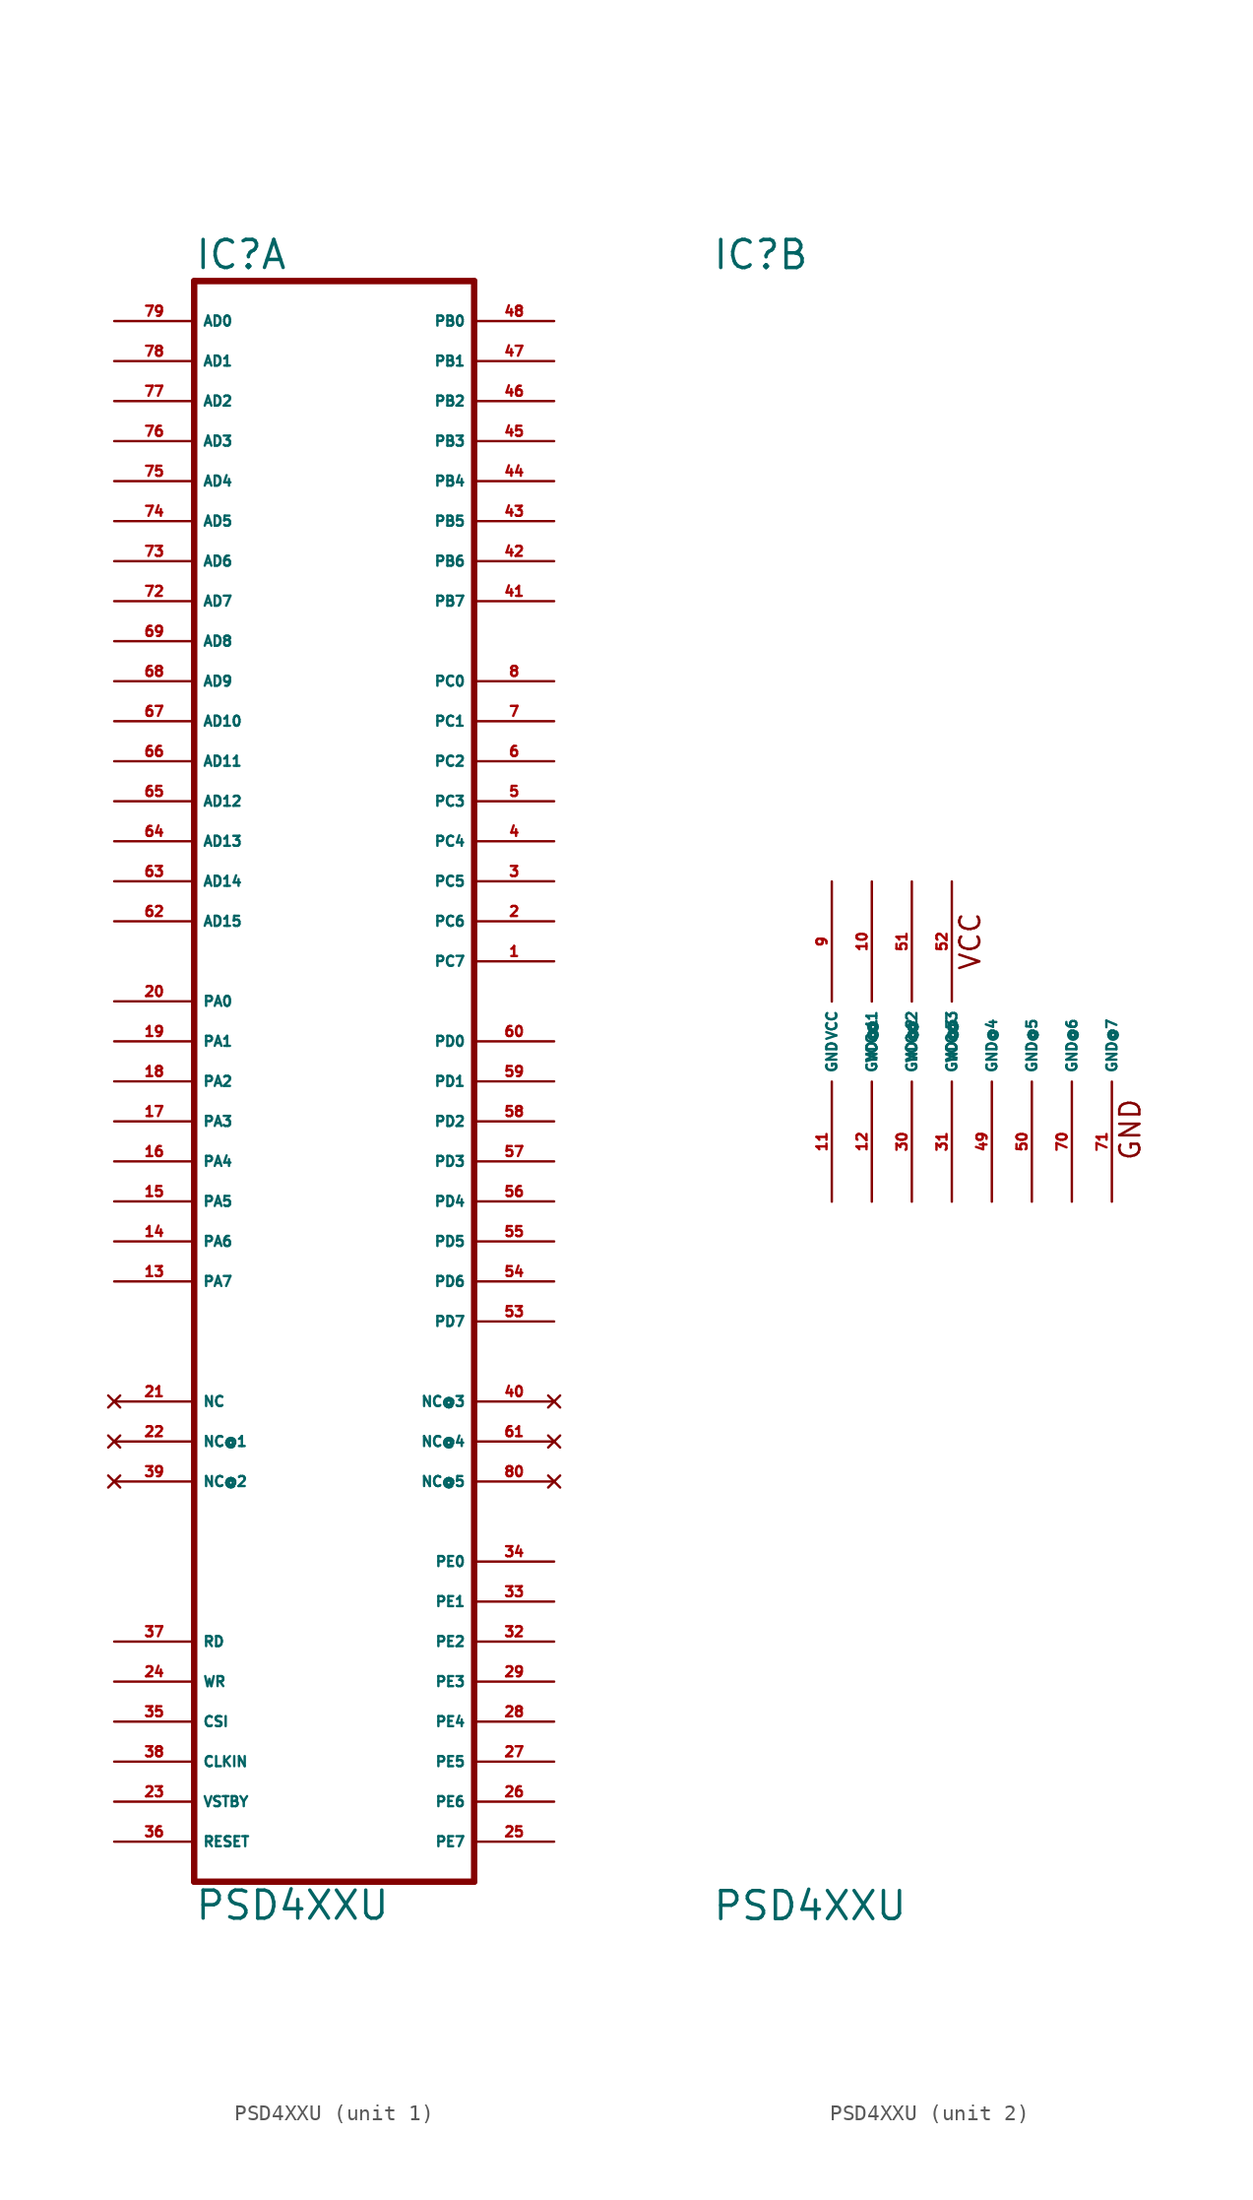
<source format=kicad_sym>
(kicad_symbol_lib
  (version 20220914)
  (generator Eagle2Kicad)
  (symbol "PSD4XXU"
    (property "Reference" "IC"
      (at -7.62 48.895 0)
      (effects (font (size 1.778 1.778) (thickness 0.22)) (justify left bottom)))
    (property "Value" "PSD4XXU"
      (at -7.62 -55.88 0)
      (effects (font (size 1.778 1.778) (thickness 0.22)) (justify left bottom)))
    (symbol "PSD4XXU_1_0"
      (polyline (pts (xy 10.16 -53.34) (xy -7.62 -53.34)) (stroke (width 0.406) (type default)) (fill (type none)))
      (polyline (pts (xy -7.62 -53.34) (xy -7.62 48.26)) (stroke (width 0.406) (type default)) (fill (type none)))
      (polyline (pts (xy -7.62 48.26) (xy 10.16 48.26)) (stroke (width 0.406) (type default)) (fill (type none)))
      (polyline (pts (xy 10.16 48.26) (xy 10.16 -53.34)) (stroke (width 0.406) (type default)) (fill (type none)))
      (pin input line (at -12.7 -50.8 0) (length 5.08) (name "RESET" (effects (font (size 0.635 0.635) (thickness 0.08)) (justify left bottom))) (number "36" (effects (font (size 0.635 0.635) (thickness 0.08)) (justify left bottom))))
      (pin input line (at -12.7 -45.72 0) (length 5.08) (name "CLKIN" (effects (font (size 0.635 0.635) (thickness 0.08)) (justify left bottom))) (number "38" (effects (font (size 0.635 0.635) (thickness 0.08)) (justify left bottom))))
      (pin input line (at -12.7 -43.18 0) (length 5.08) (name "CSI" (effects (font (size 0.635 0.635) (thickness 0.08)) (justify left bottom))) (number "35" (effects (font (size 0.635 0.635) (thickness 0.08)) (justify left bottom))))
      (pin input line (at -12.7 -40.64 0) (length 5.08) (name "WR" (effects (font (size 0.635 0.635) (thickness 0.08)) (justify left bottom))) (number "24" (effects (font (size 0.635 0.635) (thickness 0.08)) (justify left bottom))))
      (pin input line (at -12.7 -38.1 0) (length 5.08) (name "RD" (effects (font (size 0.635 0.635) (thickness 0.08)) (justify left bottom))) (number "37" (effects (font (size 0.635 0.635) (thickness 0.08)) (justify left bottom))))
      (pin input line (at -12.7 -48.26 0) (length 5.08) (name "VSTBY" (effects (font (size 0.635 0.635) (thickness 0.08)) (justify left bottom))) (number "23" (effects (font (size 0.635 0.635) (thickness 0.08)) (justify left bottom))))
      (pin bidirectional line (at -12.7 45.72 0) (length 5.08) (name "AD0" (effects (font (size 0.635 0.635) (thickness 0.08)) (justify left bottom))) (number "79" (effects (font (size 0.635 0.635) (thickness 0.08)) (justify left bottom))))
      (pin bidirectional line (at -12.7 43.18 0) (length 5.08) (name "AD1" (effects (font (size 0.635 0.635) (thickness 0.08)) (justify left bottom))) (number "78" (effects (font (size 0.635 0.635) (thickness 0.08)) (justify left bottom))))
      (pin bidirectional line (at -12.7 40.64 0) (length 5.08) (name "AD2" (effects (font (size 0.635 0.635) (thickness 0.08)) (justify left bottom))) (number "77" (effects (font (size 0.635 0.635) (thickness 0.08)) (justify left bottom))))
      (pin bidirectional line (at -12.7 38.1 0) (length 5.08) (name "AD3" (effects (font (size 0.635 0.635) (thickness 0.08)) (justify left bottom))) (number "76" (effects (font (size 0.635 0.635) (thickness 0.08)) (justify left bottom))))
      (pin bidirectional line (at -12.7 35.56 0) (length 5.08) (name "AD4" (effects (font (size 0.635 0.635) (thickness 0.08)) (justify left bottom))) (number "75" (effects (font (size 0.635 0.635) (thickness 0.08)) (justify left bottom))))
      (pin bidirectional line (at -12.7 33.02 0) (length 5.08) (name "AD5" (effects (font (size 0.635 0.635) (thickness 0.08)) (justify left bottom))) (number "74" (effects (font (size 0.635 0.635) (thickness 0.08)) (justify left bottom))))
      (pin bidirectional line (at -12.7 30.48 0) (length 5.08) (name "AD6" (effects (font (size 0.635 0.635) (thickness 0.08)) (justify left bottom))) (number "73" (effects (font (size 0.635 0.635) (thickness 0.08)) (justify left bottom))))
      (pin bidirectional line (at -12.7 27.94 0) (length 5.08) (name "AD7" (effects (font (size 0.635 0.635) (thickness 0.08)) (justify left bottom))) (number "72" (effects (font (size 0.635 0.635) (thickness 0.08)) (justify left bottom))))
      (pin bidirectional line (at -12.7 25.4 0) (length 5.08) (name "AD8" (effects (font (size 0.635 0.635) (thickness 0.08)) (justify left bottom))) (number "69" (effects (font (size 0.635 0.635) (thickness 0.08)) (justify left bottom))))
      (pin bidirectional line (at -12.7 22.86 0) (length 5.08) (name "AD9" (effects (font (size 0.635 0.635) (thickness 0.08)) (justify left bottom))) (number "68" (effects (font (size 0.635 0.635) (thickness 0.08)) (justify left bottom))))
      (pin bidirectional line (at -12.7 20.32 0) (length 5.08) (name "AD10" (effects (font (size 0.635 0.635) (thickness 0.08)) (justify left bottom))) (number "67" (effects (font (size 0.635 0.635) (thickness 0.08)) (justify left bottom))))
      (pin bidirectional line (at -12.7 17.78 0) (length 5.08) (name "AD11" (effects (font (size 0.635 0.635) (thickness 0.08)) (justify left bottom))) (number "66" (effects (font (size 0.635 0.635) (thickness 0.08)) (justify left bottom))))
      (pin bidirectional line (at -12.7 15.24 0) (length 5.08) (name "AD12" (effects (font (size 0.635 0.635) (thickness 0.08)) (justify left bottom))) (number "65" (effects (font (size 0.635 0.635) (thickness 0.08)) (justify left bottom))))
      (pin bidirectional line (at -12.7 12.7 0) (length 5.08) (name "AD13" (effects (font (size 0.635 0.635) (thickness 0.08)) (justify left bottom))) (number "64" (effects (font (size 0.635 0.635) (thickness 0.08)) (justify left bottom))))
      (pin bidirectional line (at -12.7 10.16 0) (length 5.08) (name "AD14" (effects (font (size 0.635 0.635) (thickness 0.08)) (justify left bottom))) (number "63" (effects (font (size 0.635 0.635) (thickness 0.08)) (justify left bottom))))
      (pin bidirectional line (at -12.7 7.62 0) (length 5.08) (name "AD15" (effects (font (size 0.635 0.635) (thickness 0.08)) (justify left bottom))) (number "62" (effects (font (size 0.635 0.635) (thickness 0.08)) (justify left bottom))))
      (pin bidirectional line (at -12.7 2.54 0) (length 5.08) (name "PA0" (effects (font (size 0.635 0.635) (thickness 0.08)) (justify left bottom))) (number "20" (effects (font (size 0.635 0.635) (thickness 0.08)) (justify left bottom))))
      (pin bidirectional line (at -12.7 0 0) (length 5.08) (name "PA1" (effects (font (size 0.635 0.635) (thickness 0.08)) (justify left bottom))) (number "19" (effects (font (size 0.635 0.635) (thickness 0.08)) (justify left bottom))))
      (pin bidirectional line (at -12.7 -2.54 0) (length 5.08) (name "PA2" (effects (font (size 0.635 0.635) (thickness 0.08)) (justify left bottom))) (number "18" (effects (font (size 0.635 0.635) (thickness 0.08)) (justify left bottom))))
      (pin bidirectional line (at -12.7 -5.08 0) (length 5.08) (name "PA3" (effects (font (size 0.635 0.635) (thickness 0.08)) (justify left bottom))) (number "17" (effects (font (size 0.635 0.635) (thickness 0.08)) (justify left bottom))))
      (pin bidirectional line (at -12.7 -7.62 0) (length 5.08) (name "PA4" (effects (font (size 0.635 0.635) (thickness 0.08)) (justify left bottom))) (number "16" (effects (font (size 0.635 0.635) (thickness 0.08)) (justify left bottom))))
      (pin bidirectional line (at -12.7 -10.16 0) (length 5.08) (name "PA5" (effects (font (size 0.635 0.635) (thickness 0.08)) (justify left bottom))) (number "15" (effects (font (size 0.635 0.635) (thickness 0.08)) (justify left bottom))))
      (pin bidirectional line (at -12.7 -12.7 0) (length 5.08) (name "PA6" (effects (font (size 0.635 0.635) (thickness 0.08)) (justify left bottom))) (number "14" (effects (font (size 0.635 0.635) (thickness 0.08)) (justify left bottom))))
      (pin bidirectional line (at -12.7 -15.24 0) (length 5.08) (name "PA7" (effects (font (size 0.635 0.635) (thickness 0.08)) (justify left bottom))) (number "13" (effects (font (size 0.635 0.635) (thickness 0.08)) (justify left bottom))))
      (pin bidirectional line (at 15.24 45.72 180) (length 5.08) (name "PB0" (effects (font (size 0.635 0.635) (thickness 0.08)) (justify left bottom))) (number "48" (effects (font (size 0.635 0.635) (thickness 0.08)) (justify left bottom))))
      (pin bidirectional line (at 15.24 43.18 180) (length 5.08) (name "PB1" (effects (font (size 0.635 0.635) (thickness 0.08)) (justify left bottom))) (number "47" (effects (font (size 0.635 0.635) (thickness 0.08)) (justify left bottom))))
      (pin bidirectional line (at 15.24 40.64 180) (length 5.08) (name "PB2" (effects (font (size 0.635 0.635) (thickness 0.08)) (justify left bottom))) (number "46" (effects (font (size 0.635 0.635) (thickness 0.08)) (justify left bottom))))
      (pin bidirectional line (at 15.24 38.1 180) (length 5.08) (name "PB3" (effects (font (size 0.635 0.635) (thickness 0.08)) (justify left bottom))) (number "45" (effects (font (size 0.635 0.635) (thickness 0.08)) (justify left bottom))))
      (pin bidirectional line (at 15.24 35.56 180) (length 5.08) (name "PB4" (effects (font (size 0.635 0.635) (thickness 0.08)) (justify left bottom))) (number "44" (effects (font (size 0.635 0.635) (thickness 0.08)) (justify left bottom))))
      (pin bidirectional line (at 15.24 33.02 180) (length 5.08) (name "PB5" (effects (font (size 0.635 0.635) (thickness 0.08)) (justify left bottom))) (number "43" (effects (font (size 0.635 0.635) (thickness 0.08)) (justify left bottom))))
      (pin bidirectional line (at 15.24 30.48 180) (length 5.08) (name "PB6" (effects (font (size 0.635 0.635) (thickness 0.08)) (justify left bottom))) (number "42" (effects (font (size 0.635 0.635) (thickness 0.08)) (justify left bottom))))
      (pin bidirectional line (at 15.24 27.94 180) (length 5.08) (name "PB7" (effects (font (size 0.635 0.635) (thickness 0.08)) (justify left bottom))) (number "41" (effects (font (size 0.635 0.635) (thickness 0.08)) (justify left bottom))))
      (pin bidirectional line (at 15.24 22.86 180) (length 5.08) (name "PC0" (effects (font (size 0.635 0.635) (thickness 0.08)) (justify left bottom))) (number "8" (effects (font (size 0.635 0.635) (thickness 0.08)) (justify left bottom))))
      (pin bidirectional line (at 15.24 20.32 180) (length 5.08) (name "PC1" (effects (font (size 0.635 0.635) (thickness 0.08)) (justify left bottom))) (number "7" (effects (font (size 0.635 0.635) (thickness 0.08)) (justify left bottom))))
      (pin bidirectional line (at 15.24 17.78 180) (length 5.08) (name "PC2" (effects (font (size 0.635 0.635) (thickness 0.08)) (justify left bottom))) (number "6" (effects (font (size 0.635 0.635) (thickness 0.08)) (justify left bottom))))
      (pin bidirectional line (at 15.24 15.24 180) (length 5.08) (name "PC3" (effects (font (size 0.635 0.635) (thickness 0.08)) (justify left bottom))) (number "5" (effects (font (size 0.635 0.635) (thickness 0.08)) (justify left bottom))))
      (pin bidirectional line (at 15.24 12.7 180) (length 5.08) (name "PC4" (effects (font (size 0.635 0.635) (thickness 0.08)) (justify left bottom))) (number "4" (effects (font (size 0.635 0.635) (thickness 0.08)) (justify left bottom))))
      (pin bidirectional line (at 15.24 10.16 180) (length 5.08) (name "PC5" (effects (font (size 0.635 0.635) (thickness 0.08)) (justify left bottom))) (number "3" (effects (font (size 0.635 0.635) (thickness 0.08)) (justify left bottom))))
      (pin bidirectional line (at 15.24 7.62 180) (length 5.08) (name "PC6" (effects (font (size 0.635 0.635) (thickness 0.08)) (justify left bottom))) (number "2" (effects (font (size 0.635 0.635) (thickness 0.08)) (justify left bottom))))
      (pin bidirectional line (at 15.24 5.08 180) (length 5.08) (name "PC7" (effects (font (size 0.635 0.635) (thickness 0.08)) (justify left bottom))) (number "1" (effects (font (size 0.635 0.635) (thickness 0.08)) (justify left bottom))))
      (pin bidirectional line (at 15.24 0 180) (length 5.08) (name "PD0" (effects (font (size 0.635 0.635) (thickness 0.08)) (justify left bottom))) (number "60" (effects (font (size 0.635 0.635) (thickness 0.08)) (justify left bottom))))
      (pin bidirectional line (at 15.24 -2.54 180) (length 5.08) (name "PD1" (effects (font (size 0.635 0.635) (thickness 0.08)) (justify left bottom))) (number "59" (effects (font (size 0.635 0.635) (thickness 0.08)) (justify left bottom))))
      (pin bidirectional line (at 15.24 -5.08 180) (length 5.08) (name "PD2" (effects (font (size 0.635 0.635) (thickness 0.08)) (justify left bottom))) (number "58" (effects (font (size 0.635 0.635) (thickness 0.08)) (justify left bottom))))
      (pin bidirectional line (at 15.24 -7.62 180) (length 5.08) (name "PD3" (effects (font (size 0.635 0.635) (thickness 0.08)) (justify left bottom))) (number "57" (effects (font (size 0.635 0.635) (thickness 0.08)) (justify left bottom))))
      (pin bidirectional line (at 15.24 -10.16 180) (length 5.08) (name "PD4" (effects (font (size 0.635 0.635) (thickness 0.08)) (justify left bottom))) (number "56" (effects (font (size 0.635 0.635) (thickness 0.08)) (justify left bottom))))
      (pin bidirectional line (at 15.24 -12.7 180) (length 5.08) (name "PD5" (effects (font (size 0.635 0.635) (thickness 0.08)) (justify left bottom))) (number "55" (effects (font (size 0.635 0.635) (thickness 0.08)) (justify left bottom))))
      (pin bidirectional line (at 15.24 -15.24 180) (length 5.08) (name "PD6" (effects (font (size 0.635 0.635) (thickness 0.08)) (justify left bottom))) (number "54" (effects (font (size 0.635 0.635) (thickness 0.08)) (justify left bottom))))
      (pin bidirectional line (at 15.24 -17.78 180) (length 5.08) (name "PD7" (effects (font (size 0.635 0.635) (thickness 0.08)) (justify left bottom))) (number "53" (effects (font (size 0.635 0.635) (thickness 0.08)) (justify left bottom))))
      (pin bidirectional line (at 15.24 -33.02 180) (length 5.08) (name "PE0" (effects (font (size 0.635 0.635) (thickness 0.08)) (justify left bottom))) (number "34" (effects (font (size 0.635 0.635) (thickness 0.08)) (justify left bottom))))
      (pin bidirectional line (at 15.24 -35.56 180) (length 5.08) (name "PE1" (effects (font (size 0.635 0.635) (thickness 0.08)) (justify left bottom))) (number "33" (effects (font (size 0.635 0.635) (thickness 0.08)) (justify left bottom))))
      (pin bidirectional line (at 15.24 -38.1 180) (length 5.08) (name "PE2" (effects (font (size 0.635 0.635) (thickness 0.08)) (justify left bottom))) (number "32" (effects (font (size 0.635 0.635) (thickness 0.08)) (justify left bottom))))
      (pin bidirectional line (at 15.24 -40.64 180) (length 5.08) (name "PE3" (effects (font (size 0.635 0.635) (thickness 0.08)) (justify left bottom))) (number "29" (effects (font (size 0.635 0.635) (thickness 0.08)) (justify left bottom))))
      (pin bidirectional line (at 15.24 -43.18 180) (length 5.08) (name "PE4" (effects (font (size 0.635 0.635) (thickness 0.08)) (justify left bottom))) (number "28" (effects (font (size 0.635 0.635) (thickness 0.08)) (justify left bottom))))
      (pin bidirectional line (at 15.24 -45.72 180) (length 5.08) (name "PE5" (effects (font (size 0.635 0.635) (thickness 0.08)) (justify left bottom))) (number "27" (effects (font (size 0.635 0.635) (thickness 0.08)) (justify left bottom))))
      (pin bidirectional line (at 15.24 -48.26 180) (length 5.08) (name "PE6" (effects (font (size 0.635 0.635) (thickness 0.08)) (justify left bottom))) (number "26" (effects (font (size 0.635 0.635) (thickness 0.08)) (justify left bottom))))
      (pin bidirectional line (at 15.24 -50.8 180) (length 5.08) (name "PE7" (effects (font (size 0.635 0.635) (thickness 0.08)) (justify left bottom))) (number "25" (effects (font (size 0.635 0.635) (thickness 0.08)) (justify left bottom))))
      (pin no_connect line (at 15.24 -22.86 180) (length 5.08) (name "NC@3" (effects (font (size 0.635 0.635) (thickness 0.08)) (justify left bottom) hide)) (number "40" (effects (font (size 0.635 0.635) (thickness 0.08)) (justify left bottom) hide)))
      (pin no_connect line (at 15.24 -25.4 180) (length 5.08) (name "NC@4" (effects (font (size 0.635 0.635) (thickness 0.08)) (justify left bottom) hide)) (number "61" (effects (font (size 0.635 0.635) (thickness 0.08)) (justify left bottom) hide)))
      (pin no_connect line (at 15.24 -27.94 180) (length 5.08) (name "NC@5" (effects (font (size 0.635 0.635) (thickness 0.08)) (justify left bottom) hide)) (number "80" (effects (font (size 0.635 0.635) (thickness 0.08)) (justify left bottom) hide)))
      (pin no_connect line (at -12.7 -22.86 0) (length 5.08) (name "NC" (effects (font (size 0.635 0.635) (thickness 0.08)) (justify left bottom) hide)) (number "21" (effects (font (size 0.635 0.635) (thickness 0.08)) (justify left bottom) hide)))
      (pin no_connect line (at -12.7 -25.4 0) (length 5.08) (name "NC@1" (effects (font (size 0.635 0.635) (thickness 0.08)) (justify left bottom) hide)) (number "22" (effects (font (size 0.635 0.635) (thickness 0.08)) (justify left bottom) hide)))
      (pin no_connect line (at -12.7 -27.94 0) (length 5.08) (name "NC@2" (effects (font (size 0.635 0.635) (thickness 0.08)) (justify left bottom) hide)) (number "39" (effects (font (size 0.635 0.635) (thickness 0.08)) (justify left bottom) hide))))
    (symbol "PSD4XXU_2_0"
      (text "VCC" (at 9.525 4.445 900) (effects (font (size 1.27 1.27) (thickness 0.16)) (justify left bottom)))
      (text "GND" (at 19.685 -7.62 900) (effects (font (size 1.27 1.27) (thickness 0.16)) (justify left bottom)))
      (pin unspecified line (at 0 10.16 270) (length 7.62) (name "VCC" (effects (font (size 0.635 0.635) (thickness 0.08)) (justify left bottom))) (number "9" (effects (font (size 0.635 0.635) (thickness 0.08)) (justify left bottom))))
      (pin unspecified line (at 0 -10.16 90) (length 7.62) (name "GND" (effects (font (size 0.635 0.635) (thickness 0.08)) (justify left bottom))) (number "11" (effects (font (size 0.635 0.635) (thickness 0.08)) (justify left bottom))))
      (pin unspecified line (at 2.54 -10.16 90) (length 7.62) (name "GND@1" (effects (font (size 0.635 0.635) (thickness 0.08)) (justify left bottom))) (number "12" (effects (font (size 0.635 0.635) (thickness 0.08)) (justify left bottom))))
      (pin unspecified line (at 2.54 10.16 270) (length 7.62) (name "VCC@1" (effects (font (size 0.635 0.635) (thickness 0.08)) (justify left bottom))) (number "10" (effects (font (size 0.635 0.635) (thickness 0.08)) (justify left bottom))))
      (pin unspecified line (at 5.08 -10.16 90) (length 7.62) (name "GND@2" (effects (font (size 0.635 0.635) (thickness 0.08)) (justify left bottom))) (number "30" (effects (font (size 0.635 0.635) (thickness 0.08)) (justify left bottom))))
      (pin unspecified line (at 7.62 -10.16 90) (length 7.62) (name "GND@3" (effects (font (size 0.635 0.635) (thickness 0.08)) (justify left bottom))) (number "31" (effects (font (size 0.635 0.635) (thickness 0.08)) (justify left bottom))))
      (pin unspecified line (at 5.08 10.16 270) (length 7.62) (name "VCC@2" (effects (font (size 0.635 0.635) (thickness 0.08)) (justify left bottom))) (number "51" (effects (font (size 0.635 0.635) (thickness 0.08)) (justify left bottom))))
      (pin unspecified line (at 7.62 10.16 270) (length 7.62) (name "VCC@3" (effects (font (size 0.635 0.635) (thickness 0.08)) (justify left bottom))) (number "52" (effects (font (size 0.635 0.635) (thickness 0.08)) (justify left bottom))))
      (pin unspecified line (at 10.16 -10.16 90) (length 7.62) (name "GND@4" (effects (font (size 0.635 0.635) (thickness 0.08)) (justify left bottom))) (number "49" (effects (font (size 0.635 0.635) (thickness 0.08)) (justify left bottom))))
      (pin unspecified line (at 12.7 -10.16 90) (length 7.62) (name "GND@5" (effects (font (size 0.635 0.635) (thickness 0.08)) (justify left bottom))) (number "50" (effects (font (size 0.635 0.635) (thickness 0.08)) (justify left bottom))))
      (pin unspecified line (at 15.24 -10.16 90) (length 7.62) (name "GND@6" (effects (font (size 0.635 0.635) (thickness 0.08)) (justify left bottom))) (number "70" (effects (font (size 0.635 0.635) (thickness 0.08)) (justify left bottom))))
      (pin unspecified line (at 17.78 -10.16 90) (length 7.62) (name "GND@7" (effects (font (size 0.635 0.635) (thickness 0.08)) (justify left bottom))) (number "71" (effects (font (size 0.635 0.635) (thickness 0.08)) (justify left bottom)))))))
</source>
